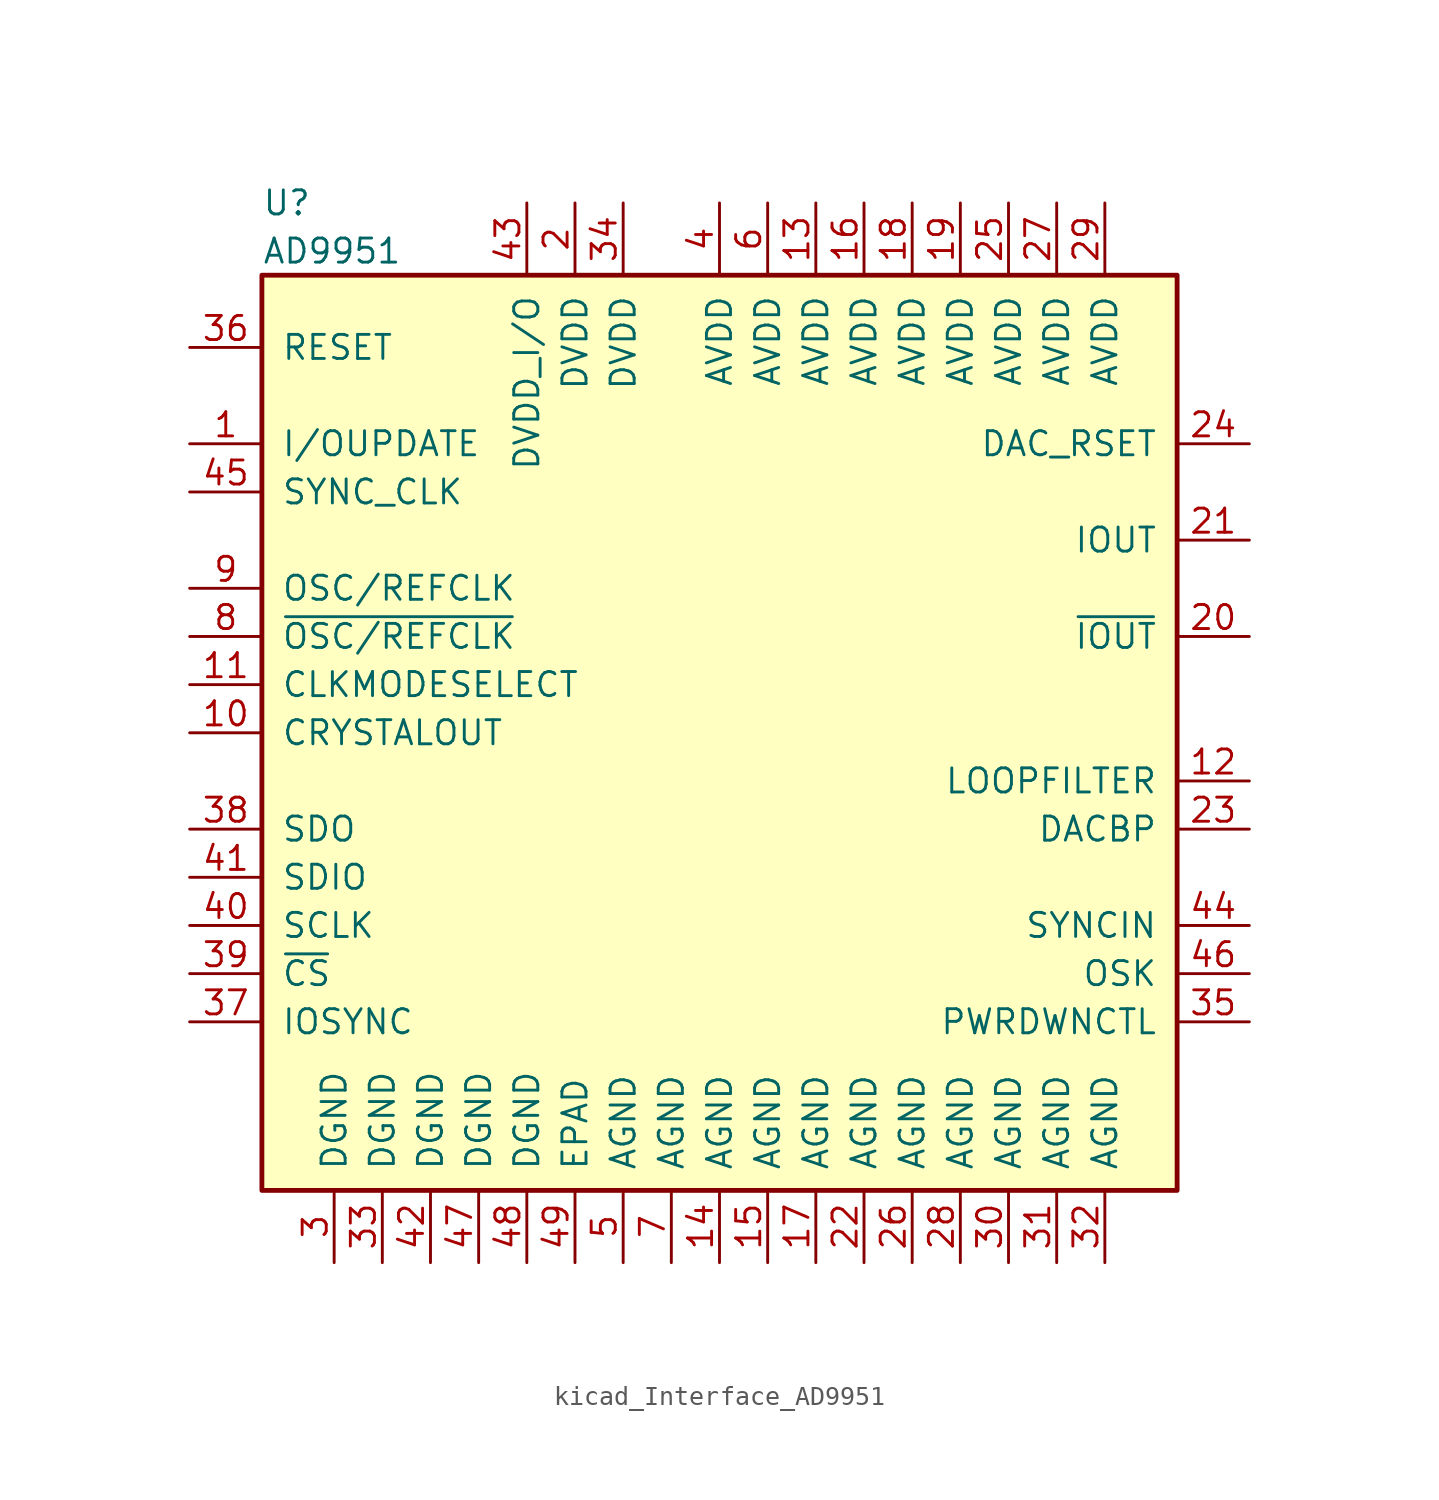
<source format=kicad_sym>
(kicad_symbol_lib
  (version 20220914)
  (generator kicad_symbol_editor)
  (symbol "kicad_Interface_AD9951"
    (pin_names
      (offset 1.016))
    (property "Reference" "U"
      (at -24.13 27.94 0)
      (effects (font (size 1.27 1.27)) (justify left)))
    (property "Value" "AD9951"
      (at -24.13 25.4 0)
      (effects (font (size 1.27 1.27)) (justify left)))
    (symbol "kicad_Interface_AD9951_0_1"
      (rectangle (start -24.13 24.13) (end 24.13 -24.13) (stroke (width 0.254) (type default)) (fill (type background))))
    (symbol "kicad_Interface_AD9951_1_1"
      (pin bidirectional line (at -27.94 15.24 0) (length 3.81) (name "I/OUPDATE" (effects (font (size 1.27 1.27)))) (number "1" (effects (font (size 1.27 1.27)))))
      (pin output line (at -27.94 0 0) (length 3.81) (name "CRYSTALOUT" (effects (font (size 1.27 1.27)))) (number "10" (effects (font (size 1.27 1.27)))))
      (pin input line (at -27.94 2.54 0) (length 3.81) (name "CLKMODESELECT" (effects (font (size 1.27 1.27)))) (number "11" (effects (font (size 1.27 1.27)))))
      (pin input line (at 27.94 -2.54 180) (length 3.81) (name "LOOPFILTER" (effects (font (size 1.27 1.27)))) (number "12" (effects (font (size 1.27 1.27)))))
      (pin power_in line (at 5.08 27.94 270) (length 3.81) (name "AVDD" (effects (font (size 1.27 1.27)))) (number "13" (effects (font (size 1.27 1.27)))))
      (pin power_in line (at 0 -27.94 90) (length 3.81) (name "AGND" (effects (font (size 1.27 1.27)))) (number "14" (effects (font (size 1.27 1.27)))))
      (pin power_in line (at 2.54 -27.94 90) (length 3.81) (name "AGND" (effects (font (size 1.27 1.27)))) (number "15" (effects (font (size 1.27 1.27)))))
      (pin power_in line (at 7.62 27.94 270) (length 3.81) (name "AVDD" (effects (font (size 1.27 1.27)))) (number "16" (effects (font (size 1.27 1.27)))))
      (pin power_in line (at 5.08 -27.94 90) (length 3.81) (name "AGND" (effects (font (size 1.27 1.27)))) (number "17" (effects (font (size 1.27 1.27)))))
      (pin power_in line (at 10.16 27.94 270) (length 3.81) (name "AVDD" (effects (font (size 1.27 1.27)))) (number "18" (effects (font (size 1.27 1.27)))))
      (pin power_in line (at 12.7 27.94 270) (length 3.81) (name "AVDD" (effects (font (size 1.27 1.27)))) (number "19" (effects (font (size 1.27 1.27)))))
      (pin power_in line (at -7.62 27.94 270) (length 3.81) (name "DVDD" (effects (font (size 1.27 1.27)))) (number "2" (effects (font (size 1.27 1.27)))))
      (pin output line (at 27.94 5.08 180) (length 3.81) (name "~{IOUT}" (effects (font (size 1.27 1.27)))) (number "20" (effects (font (size 1.27 1.27)))))
      (pin output line (at 27.94 10.16 180) (length 3.81) (name "IOUT" (effects (font (size 1.27 1.27)))) (number "21" (effects (font (size 1.27 1.27)))))
      (pin power_in line (at 7.62 -27.94 90) (length 3.81) (name "AGND" (effects (font (size 1.27 1.27)))) (number "22" (effects (font (size 1.27 1.27)))))
      (pin input line (at 27.94 -5.08 180) (length 3.81) (name "DACBP" (effects (font (size 1.27 1.27)))) (number "23" (effects (font (size 1.27 1.27)))))
      (pin input line (at 27.94 15.24 180) (length 3.81) (name "DAC_RSET" (effects (font (size 1.27 1.27)))) (number "24" (effects (font (size 1.27 1.27)))))
      (pin power_in line (at 15.24 27.94 270) (length 3.81) (name "AVDD" (effects (font (size 1.27 1.27)))) (number "25" (effects (font (size 1.27 1.27)))))
      (pin power_in line (at 10.16 -27.94 90) (length 3.81) (name "AGND" (effects (font (size 1.27 1.27)))) (number "26" (effects (font (size 1.27 1.27)))))
      (pin power_in line (at 17.78 27.94 270) (length 3.81) (name "AVDD" (effects (font (size 1.27 1.27)))) (number "27" (effects (font (size 1.27 1.27)))))
      (pin power_in line (at 12.7 -27.94 90) (length 3.81) (name "AGND" (effects (font (size 1.27 1.27)))) (number "28" (effects (font (size 1.27 1.27)))))
      (pin power_in line (at 20.32 27.94 270) (length 3.81) (name "AVDD" (effects (font (size 1.27 1.27)))) (number "29" (effects (font (size 1.27 1.27)))))
      (pin power_in line (at -20.32 -27.94 90) (length 3.81) (name "DGND" (effects (font (size 1.27 1.27)))) (number "3" (effects (font (size 1.27 1.27)))))
      (pin power_in line (at 15.24 -27.94 90) (length 3.81) (name "AGND" (effects (font (size 1.27 1.27)))) (number "30" (effects (font (size 1.27 1.27)))))
      (pin power_in line (at 17.78 -27.94 90) (length 3.81) (name "AGND" (effects (font (size 1.27 1.27)))) (number "31" (effects (font (size 1.27 1.27)))))
      (pin power_in line (at 20.32 -27.94 90) (length 3.81) (name "AGND" (effects (font (size 1.27 1.27)))) (number "32" (effects (font (size 1.27 1.27)))))
      (pin power_in line (at -17.78 -27.94 90) (length 3.81) (name "DGND" (effects (font (size 1.27 1.27)))) (number "33" (effects (font (size 1.27 1.27)))))
      (pin power_in line (at -5.08 27.94 270) (length 3.81) (name "DVDD" (effects (font (size 1.27 1.27)))) (number "34" (effects (font (size 1.27 1.27)))))
      (pin input line (at 27.94 -15.24 180) (length 3.81) (name "PWRDWNCTL" (effects (font (size 1.27 1.27)))) (number "35" (effects (font (size 1.27 1.27)))))
      (pin input line (at -27.94 20.32 0) (length 3.81) (name "RESET" (effects (font (size 1.27 1.27)))) (number "36" (effects (font (size 1.27 1.27)))))
      (pin output line (at -27.94 -15.24 0) (length 3.81) (name "IOSYNC" (effects (font (size 1.27 1.27)))) (number "37" (effects (font (size 1.27 1.27)))))
      (pin output line (at -27.94 -5.08 0) (length 3.81) (name "SDO" (effects (font (size 1.27 1.27)))) (number "38" (effects (font (size 1.27 1.27)))))
      (pin input line (at -27.94 -12.7 0) (length 3.81) (name "~{CS}" (effects (font (size 1.27 1.27)))) (number "39" (effects (font (size 1.27 1.27)))))
      (pin power_in line (at 0 27.94 270) (length 3.81) (name "AVDD" (effects (font (size 1.27 1.27)))) (number "4" (effects (font (size 1.27 1.27)))))
      (pin input line (at -27.94 -10.16 0) (length 3.81) (name "SCLK" (effects (font (size 1.27 1.27)))) (number "40" (effects (font (size 1.27 1.27)))))
      (pin bidirectional line (at -27.94 -7.62 0) (length 3.81) (name "SDIO" (effects (font (size 1.27 1.27)))) (number "41" (effects (font (size 1.27 1.27)))))
      (pin power_in line (at -15.24 -27.94 90) (length 3.81) (name "DGND" (effects (font (size 1.27 1.27)))) (number "42" (effects (font (size 1.27 1.27)))))
      (pin power_in line (at -10.16 27.94 270) (length 3.81) (name "DVDD_I/O" (effects (font (size 1.27 1.27)))) (number "43" (effects (font (size 1.27 1.27)))))
      (pin power_in line (at 27.94 -10.16 180) (length 3.81) (name "SYNCIN" (effects (font (size 1.27 1.27)))) (number "44" (effects (font (size 1.27 1.27)))))
      (pin output line (at -27.94 12.7 0) (length 3.81) (name "SYNC_CLK" (effects (font (size 1.27 1.27)))) (number "45" (effects (font (size 1.27 1.27)))))
      (pin output line (at 27.94 -12.7 180) (length 3.81) (name "OSK" (effects (font (size 1.27 1.27)))) (number "46" (effects (font (size 1.27 1.27)))))
      (pin power_in line (at -12.7 -27.94 90) (length 3.81) (name "DGND" (effects (font (size 1.27 1.27)))) (number "47" (effects (font (size 1.27 1.27)))))
      (pin power_in line (at -10.16 -27.94 90) (length 3.81) (name "DGND" (effects (font (size 1.27 1.27)))) (number "48" (effects (font (size 1.27 1.27)))))
      (pin power_in line (at -7.62 -27.94 90) (length 3.81) (name "EPAD" (effects (font (size 1.27 1.27)))) (number "49" (effects (font (size 1.27 1.27)))))
      (pin power_in line (at -5.08 -27.94 90) (length 3.81) (name "AGND" (effects (font (size 1.27 1.27)))) (number "5" (effects (font (size 1.27 1.27)))))
      (pin power_in line (at 2.54 27.94 270) (length 3.81) (name "AVDD" (effects (font (size 1.27 1.27)))) (number "6" (effects (font (size 1.27 1.27)))))
      (pin power_in line (at -2.54 -27.94 90) (length 3.81) (name "AGND" (effects (font (size 1.27 1.27)))) (number "7" (effects (font (size 1.27 1.27)))))
      (pin input line (at -27.94 5.08 0) (length 3.81) (name "~{OSC/REFCLK}" (effects (font (size 1.27 1.27)))) (number "8" (effects (font (size 1.27 1.27)))))
      (pin input line (at -27.94 7.62 0) (length 3.81) (name "OSC/REFCLK" (effects (font (size 1.27 1.27)))) (number "9" (effects (font (size 1.27 1.27))))))))
</source>
